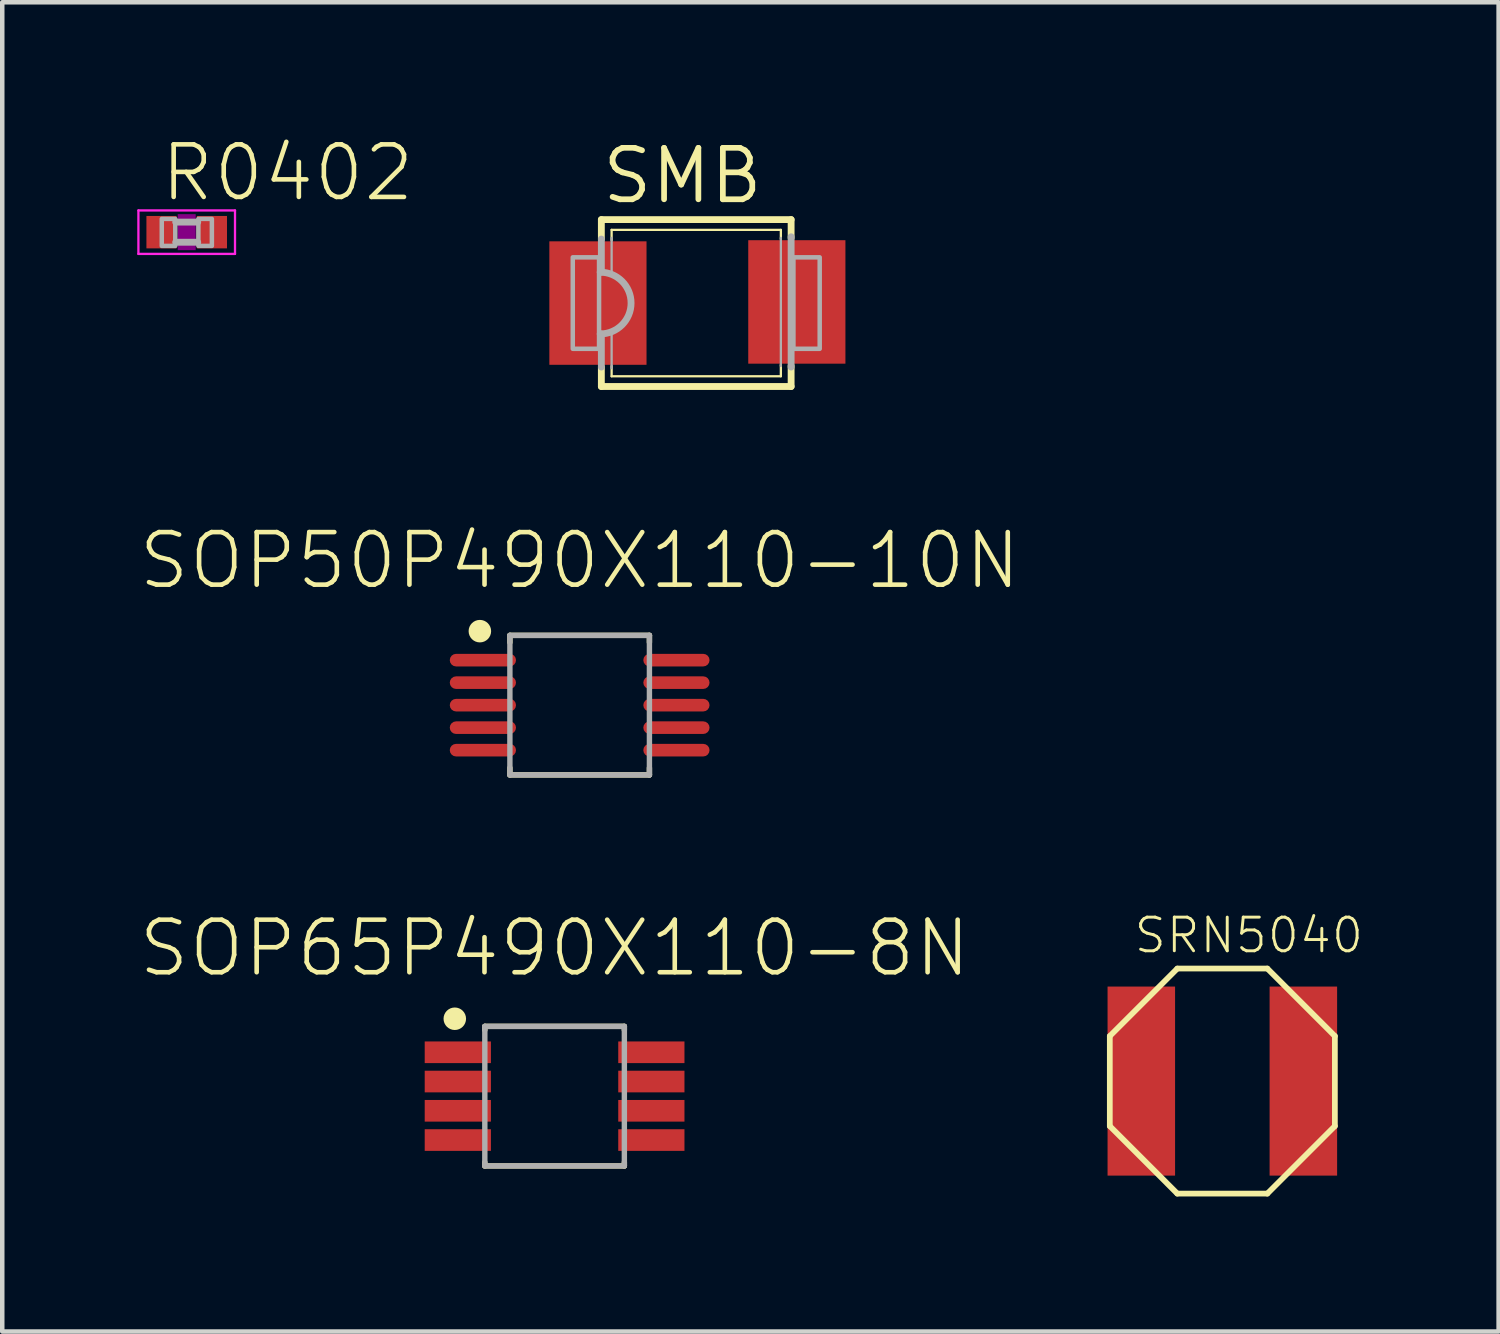
<source format=kicad_pcb>
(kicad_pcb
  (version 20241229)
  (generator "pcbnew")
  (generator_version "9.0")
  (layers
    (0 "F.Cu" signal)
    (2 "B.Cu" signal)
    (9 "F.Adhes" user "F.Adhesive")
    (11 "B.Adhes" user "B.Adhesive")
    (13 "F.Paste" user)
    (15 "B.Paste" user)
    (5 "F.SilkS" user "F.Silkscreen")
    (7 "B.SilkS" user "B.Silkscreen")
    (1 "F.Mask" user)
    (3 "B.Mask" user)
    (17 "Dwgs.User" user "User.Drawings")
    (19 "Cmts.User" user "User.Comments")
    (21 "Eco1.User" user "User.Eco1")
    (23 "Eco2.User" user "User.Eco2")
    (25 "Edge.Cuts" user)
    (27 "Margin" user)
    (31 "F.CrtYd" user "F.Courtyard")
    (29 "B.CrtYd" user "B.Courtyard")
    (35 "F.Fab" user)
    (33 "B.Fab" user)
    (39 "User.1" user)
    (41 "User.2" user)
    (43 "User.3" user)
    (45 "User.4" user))
  (footprint "R0402"
    (layer "F.Cu")
    (at 1.098 2.108)
    (property "Reference" "R0402" (at -0.635 -0.635 0) (unlocked yes) (layer "F.SilkS") (effects (font (size 1.168 1.168) (thickness 0.102)) (justify left bottom)))
    (fp_poly (pts (xy -0.2 0.4) (xy 0.2 0.4) (xy 0.2 -0.4) (xy -0.2 -0.4)) (stroke (width 0) (type default)) (fill yes) (layer "F.Adhes"))
    (fp_line (start -1.073 -0.483) (end 1.073 -0.483) (stroke (width 0.051) (type solid)) (layer "F.CrtYd"))
    (fp_line (start -1.073 0.483) (end -1.073 -0.483) (stroke (width 0.051) (type solid)) (layer "F.CrtYd"))
    (fp_line (start 1.073 -0.483) (end 1.073 0.483) (stroke (width 0.051) (type solid)) (layer "F.CrtYd"))
    (fp_line (start 1.073 0.483) (end -1.073 0.483) (stroke (width 0.051) (type solid)) (layer "F.CrtYd"))
    (fp_line (start -0.245 -0.224) (end 0.245 -0.224) (stroke (width 0.152) (type solid)) (layer "F.Fab"))
    (fp_line (start 0.245 0.224) (end -0.245 0.224) (stroke (width 0.152) (type solid)) (layer "F.Fab"))
    (fp_poly (pts (xy -0.554 0.305) (xy -0.254 0.305) (xy -0.254 -0.295) (xy -0.554 -0.295)) (stroke (width 0.1) (type default)) (fill no) (layer "F.Fab"))
    (fp_poly (pts (xy 0.259 0.305) (xy 0.559 0.305) (xy 0.559 -0.295) (xy 0.259 -0.295)) (stroke (width 0.1) (type default)) (fill no) (layer "F.Fab"))
    (pad "1" smd rect (at -0.56 0) (size 0.67 0.72) (layers "F.Cu" "F.Mask" "F.Paste"))
    (pad "2" smd rect (at 0.56 0) (size 0.67 0.72) (layers "F.Cu" "F.Mask" "F.Paste")))
  (footprint "SOP65P490X110-8N"
    (layer "F.Cu")
    (at 9.271 21.303)
    (property "Reference" "SOP65P490X110-8N" (at 0 -2.605 0) (unlocked yes) (layer "F.SilkS") (effects (font (size 1.168 1.168) (thickness 0.102)) (justify bottom)))
    (fp_line (start -1.55 -1.55) (end 1.55 -1.55) (stroke (width 0.12) (type solid)) (layer "F.SilkS"))
    (fp_line (start -1.55 -1.47) (end -1.55 -1.55) (stroke (width 0.12) (type solid)) (layer "F.SilkS"))
    (fp_line (start -1.55 1.47) (end -1.55 1.55) (stroke (width 0.12) (type solid)) (layer "F.SilkS"))
    (fp_line (start -1.55 1.55) (end 1.55 1.55) (stroke (width 0.12) (type solid)) (layer "F.SilkS"))
    (fp_line (start 1.55 -1.55) (end 1.55 -1.47) (stroke (width 0.12) (type solid)) (layer "F.SilkS"))
    (fp_line (start 1.55 1.55) (end 1.55 1.47) (stroke (width 0.12) (type solid)) (layer "F.SilkS"))
    (fp_circle (center -2.217 -1.72) (end -2.092 -1.72) (stroke (width 0.25) (type solid)) (fill yes) (layer "F.SilkS"))
    (fp_line (start -1.55 -1.55) (end 1.55 -1.55) (stroke (width 0.12) (type solid)) (layer "F.Fab"))
    (fp_line (start -1.55 1.55) (end -1.55 -1.55) (stroke (width 0.12) (type solid)) (layer "F.Fab"))
    (fp_line (start 1.55 -1.55) (end 1.55 1.55) (stroke (width 0.12) (type solid)) (layer "F.Fab"))
    (fp_line (start 1.55 1.55) (end -1.55 1.55) (stroke (width 0.12) (type solid)) (layer "F.Fab"))
    (pad "1" smd rect (at -2.15 -0.975) (size 1.471 0.481) (layers "F.Cu" "F.Mask" "F.Paste"))
    (pad "2" smd rect (at -2.15 -0.325) (size 1.471 0.481) (layers "F.Cu" "F.Mask" "F.Paste"))
    (pad "3" smd rect (at -2.15 0.325) (size 1.471 0.481) (layers "F.Cu" "F.Mask" "F.Paste"))
    (pad "4" smd rect (at -2.15 0.975) (size 1.471 0.481) (layers "F.Cu" "F.Mask" "F.Paste"))
    (pad "5" smd rect (at 2.15 0.975) (size 1.471 0.481) (layers "F.Cu" "F.Mask" "F.Paste"))
    (pad "6" smd rect (at 2.15 0.325) (size 1.471 0.481) (layers "F.Cu" "F.Mask" "F.Paste"))
    (pad "7" smd rect (at 2.15 -0.325) (size 1.471 0.481) (layers "F.Cu" "F.Mask" "F.Paste"))
    (pad "8" smd rect (at 2.15 -0.975) (size 1.471 0.481) (layers "F.Cu" "F.Mask" "F.Paste")))
  (footprint "SRN5040"
    (layer "F.Cu")
    (at 24.106 20.968)
    (property "Reference" "SRN5040" (at -2 -2.8 0) (unlocked yes) (layer "F.SilkS") (effects (font (size 0.748 0.748) (thickness 0.065)) (justify left bottom)))
    (fp_line (start -2.5 -1) (end -1 -2.5) (stroke (width 0.127) (type solid)) (layer "F.SilkS"))
    (fp_line (start -2.5 1) (end -2.5 -1) (stroke (width 0.127) (type solid)) (layer "F.SilkS"))
    (fp_line (start -1 -2.5) (end 1 -2.5) (stroke (width 0.127) (type solid)) (layer "F.SilkS"))
    (fp_line (start -1 2.5) (end -2.5 1) (stroke (width 0.127) (type solid)) (layer "F.SilkS"))
    (fp_line (start 1 -2.5) (end 2.5 -1) (stroke (width 0.127) (type solid)) (layer "F.SilkS"))
    (fp_line (start 1 2.5) (end -1 2.5) (stroke (width 0.127) (type solid)) (layer "F.SilkS"))
    (fp_line (start 2.5 -1) (end 2.5 1) (stroke (width 0.127) (type solid)) (layer "F.SilkS"))
    (fp_line (start 2.5 1) (end 1 2.5) (stroke (width 0.127) (type solid)) (layer "F.SilkS"))
    (pad "1" smd rect (at -1.8 0) (size 1.5 4.2) (layers "F.Cu" "F.Mask" "F.Paste"))
    (pad "2" smd rect (at 1.8 0) (size 1.5 4.2) (layers "F.Cu" "F.Mask" "F.Paste")))
  (footprint "SMB"
    (layer "F.Cu")
    (at 12.545 3.556)
    (property "Reference" "SMB" (at -2.286 -2.032 0) (unlocked yes) (layer "F.SilkS") (effects (font (size 1.143 1.143) (thickness 0.127)) (justify left bottom)))
    (fp_line (start -2.235 -1.727) (end -2.235 -1.295) (stroke (width 0.152) (type solid)) (layer "F.SilkS"))
    (fp_line (start -2.235 -1.727) (end 1.981 -1.727) (stroke (width 0.152) (type solid)) (layer "F.SilkS"))
    (fp_line (start -2.235 1.981) (end -2.235 1.549) (stroke (width 0.152) (type solid)) (layer "F.SilkS"))
    (fp_line (start -2.007 -1.499) (end 1.753 -1.499) (stroke (width 0.051) (type solid)) (layer "F.SilkS"))
    (fp_line (start -2.007 -1.27) (end -2.007 -1.499) (stroke (width 0.051) (type solid)) (layer "F.SilkS"))
    (fp_line (start -2.007 1.753) (end -2.007 1.524) (stroke (width 0.051) (type solid)) (layer "F.SilkS"))
    (fp_line (start -2.007 1.753) (end 1.753 1.753) (stroke (width 0.051) (type solid)) (layer "F.SilkS"))
    (fp_line (start 1.753 -1.295) (end 1.753 -1.499) (stroke (width 0.051) (type solid)) (layer "F.SilkS"))
    (fp_line (start 1.753 1.499) (end 1.753 1.753) (stroke (width 0.051) (type solid)) (layer "F.SilkS"))
    (fp_line (start 1.981 -1.727) (end 1.981 -1.321) (stroke (width 0.152) (type solid)) (layer "F.SilkS"))
    (fp_line (start 1.981 1.981) (end -2.235 1.981) (stroke (width 0.152) (type solid)) (layer "F.SilkS"))
    (fp_line (start 1.981 1.981) (end 1.981 1.524) (stroke (width 0.152) (type solid)) (layer "F.SilkS"))
    (fp_line (start -2.235 -1.295) (end -2.235 -0.559) (stroke (width 0.152) (type solid)) (layer "F.Fab"))
    (fp_line (start -2.235 1.549) (end -2.235 0.813) (stroke (width 0.152) (type solid)) (layer "F.Fab"))
    (fp_line (start -2.007 -0.533) (end -2.007 -1.321) (stroke (width 0.051) (type solid)) (layer "F.Fab"))
    (fp_line (start -2.007 1.575) (end -2.007 0.787) (stroke (width 0.051) (type solid)) (layer "F.Fab"))
    (fp_line (start 1.753 -1.321) (end 1.753 1.524) (stroke (width 0.051) (type solid)) (layer "F.Fab"))
    (fp_line (start 1.981 -1.346) (end 1.981 1.549) (stroke (width 0.152) (type solid)) (layer "F.Fab"))
    (fp_arc (start -2.2606 -0.5588) (mid -1.5748 0.127) (end -2.2606 0.8128) (stroke (width 0.1524) (type solid)) (layer "F.Fab"))
    (fp_poly (pts (xy -2.87 1.143) (xy -2.286 1.143) (xy -2.286 -0.889) (xy -2.87 -0.889)) (stroke (width 0.1) (type default)) (fill no) (layer "F.Fab"))
    (fp_poly (pts (xy 2.032 1.143) (xy 2.616 1.143) (xy 2.616 -0.889) (xy 2.032 -0.889)) (stroke (width 0.1) (type default)) (fill no) (layer "F.Fab"))
    (pad "1" smd rect (at -2.311 0.127) (size 2.159 2.743) (layers "F.Cu" "F.Mask" "F.Paste"))
    (pad "2" smd rect (at 2.108 0.102) (size 2.159 2.743) (layers "F.Cu" "F.Mask" "F.Paste")))
  (footprint "SOP50P490X110-10N"
    (layer "F.Cu")
    (at 9.828 12.616)
    (property "Reference" "SOP50P490X110-10N" (at 0 -2.529 0) (unlocked yes) (layer "F.SilkS") (effects (font (size 1.168 1.168) (thickness 0.102)) (justify bottom)))
    (fp_line (start -1.55 -1.55) (end 1.55 -1.55) (stroke (width 0.12) (type solid)) (layer "F.SilkS"))
    (fp_line (start -1.55 -1.394) (end -1.55 -1.55) (stroke (width 0.12) (type solid)) (layer "F.SilkS"))
    (fp_line (start -1.55 1.394) (end -1.55 1.55) (stroke (width 0.12) (type solid)) (layer "F.SilkS"))
    (fp_line (start -1.55 1.55) (end 1.55 1.55) (stroke (width 0.12) (type solid)) (layer "F.SilkS"))
    (fp_line (start 1.55 -1.55) (end 1.55 -1.394) (stroke (width 0.12) (type solid)) (layer "F.SilkS"))
    (fp_line (start 1.55 1.55) (end 1.55 1.394) (stroke (width 0.12) (type solid)) (layer "F.SilkS"))
    (fp_circle (center -2.217 -1.644) (end -2.092 -1.644) (stroke (width 0.25) (type solid)) (fill yes) (layer "F.SilkS"))
    (fp_line (start -1.55 -1.55) (end 1.55 -1.55) (stroke (width 0.12) (type solid)) (layer "F.Fab"))
    (fp_line (start -1.55 1.55) (end -1.55 -1.55) (stroke (width 0.12) (type solid)) (layer "F.Fab"))
    (fp_line (start 1.55 -1.55) (end 1.55 1.55) (stroke (width 0.12) (type solid)) (layer "F.Fab"))
    (fp_line (start 1.55 1.55) (end -1.55 1.55) (stroke (width 0.12) (type solid)) (layer "F.Fab"))
    (pad "1" smd roundrect (at -2.15 -1) (size 1.471 0.28) (layers "F.Cu" "F.Mask" "F.Paste") (roundrect_rratio 0.5))
    (pad "2" smd roundrect (at -2.15 -0.5) (size 1.471 0.28) (layers "F.Cu" "F.Mask" "F.Paste") (roundrect_rratio 0.5))
    (pad "3" smd roundrect (at -2.15 0) (size 1.471 0.28) (layers "F.Cu" "F.Mask" "F.Paste") (roundrect_rratio 0.5))
    (pad "4" smd roundrect (at -2.15 0.5) (size 1.471 0.28) (layers "F.Cu" "F.Mask" "F.Paste") (roundrect_rratio 0.5))
    (pad "5" smd roundrect (at -2.15 1) (size 1.471 0.28) (layers "F.Cu" "F.Mask" "F.Paste") (roundrect_rratio 0.5))
    (pad "6" smd roundrect (at 2.15 1) (size 1.471 0.28) (layers "F.Cu" "F.Mask" "F.Paste") (roundrect_rratio 0.5))
    (pad "7" smd roundrect (at 2.15 0.5) (size 1.471 0.28) (layers "F.Cu" "F.Mask" "F.Paste") (roundrect_rratio 0.5))
    (pad "8" smd roundrect (at 2.15 0) (size 1.471 0.28) (layers "F.Cu" "F.Mask" "F.Paste") (roundrect_rratio 0.5))
    (pad "9" smd roundrect (at 2.15 -0.5) (size 1.471 0.28) (layers "F.Cu" "F.Mask" "F.Paste") (roundrect_rratio 0.5))
    (pad "10" smd roundrect (at 2.15 -1) (size 1.471 0.28) (layers "F.Cu" "F.Mask" "F.Paste") (roundrect_rratio 0.5)))
  (gr_rect
    (start -3 -3)
    (end 30.244 26.532)
    (stroke (width 0.1) (type default))
    (fill no)
    (layer "Edge.Cuts")))
</source>
